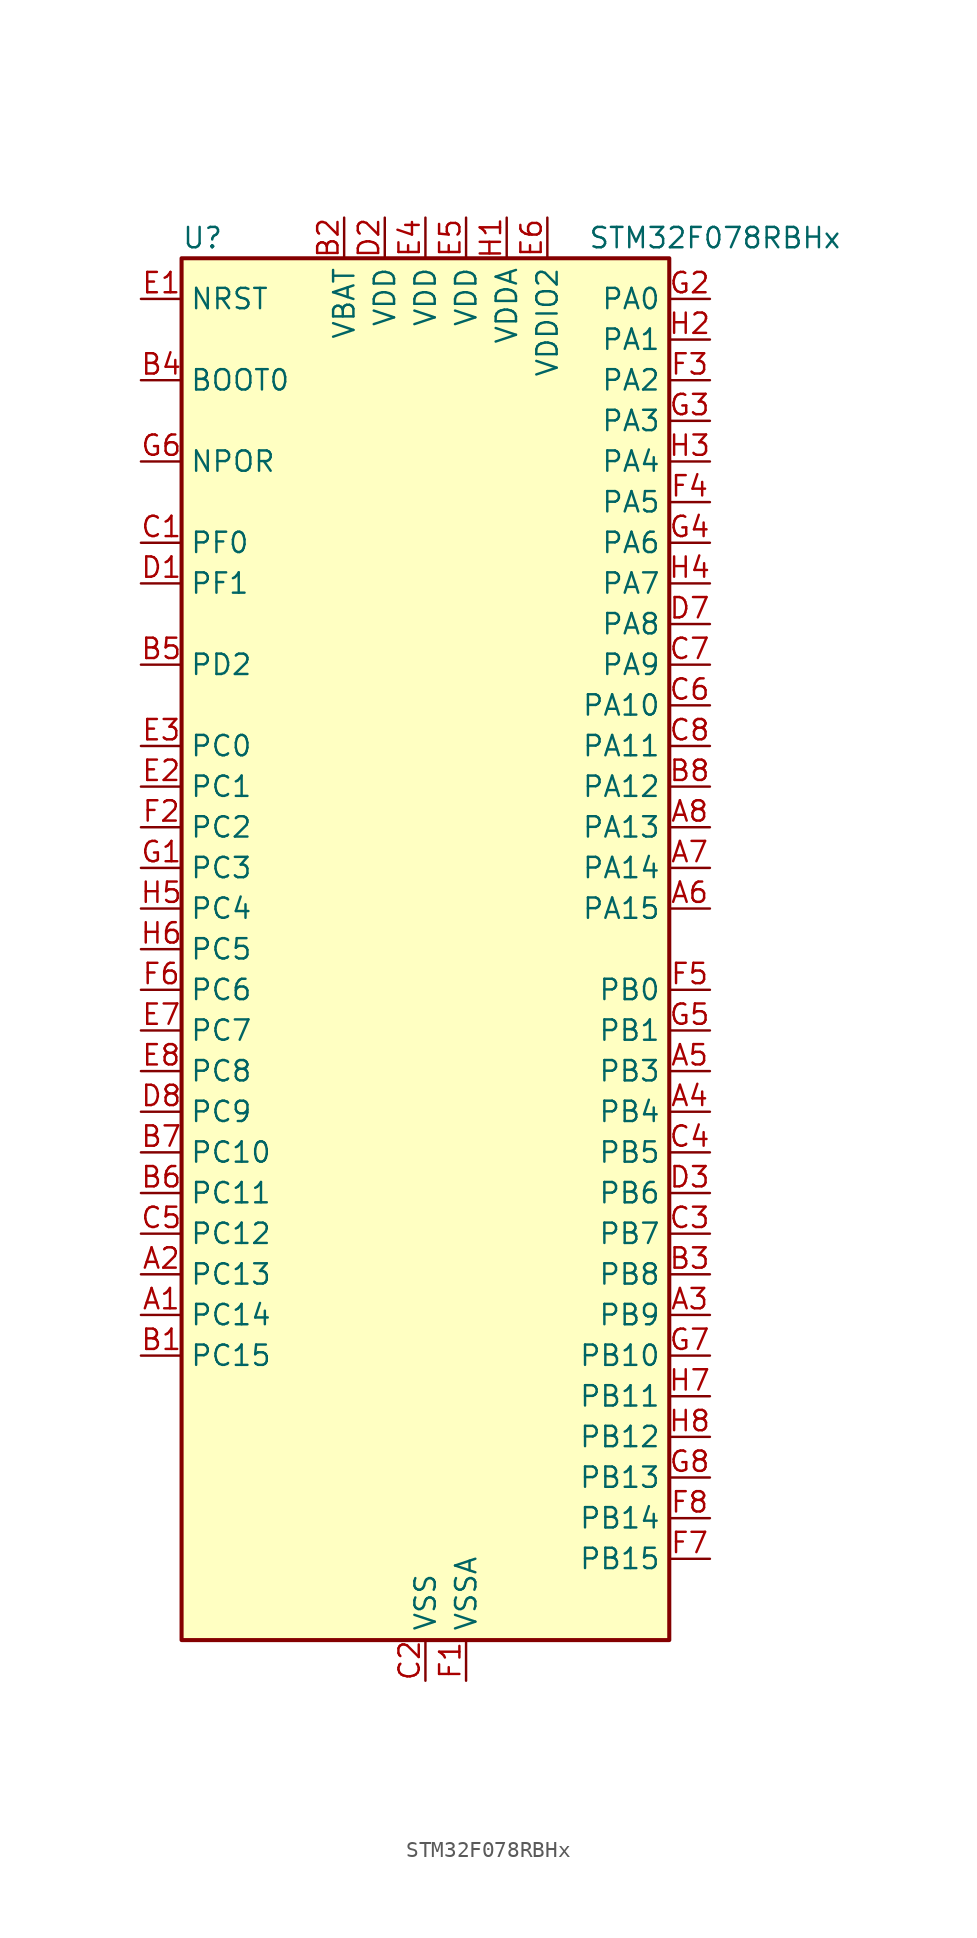
<source format=kicad_sym>
(kicad_symbol_lib
  (version 20220914)
  (generator kicad_symbol_editor)
  (symbol "STM32F078RBHx"
    (property "Reference" "U"
      (at -15.24 44.45 0)
      (effects (font (size 1.27 1.27)) (justify left)))
    (property "Value" "STM32F078RBHx"
      (at 10.16 44.45 0)
      (effects (font (size 1.27 1.27)) (justify left)))
    (property "ki_locked" ""
      (at 0 0 0)
      (effects (font (size 1.27 1.27))))
    (symbol "STM32F078RBHx_0_1"
      (rectangle (start -15.24 -43.18) (end 15.24 43.18) (stroke (width 0.254) (type default)) (fill (type background))))
    (symbol "STM32F078RBHx_1_1"
      (pin bidirectional line (at -17.78 -22.86 0) (length 2.54) (name "PC14" (effects (font (size 1.27 1.27)))) (number "A1" (effects (font (size 1.27 1.27)))) (alternate "RCC_OSC32_IN" bidirectional line))
      (pin bidirectional line (at -17.78 -20.32 0) (length 2.54) (name "PC13" (effects (font (size 1.27 1.27)))) (number "A2" (effects (font (size 1.27 1.27)))) (alternate "RTC_OUT_ALARM" bidirectional line) (alternate "RTC_OUT_CALIB" bidirectional line) (alternate "RTC_TAMP1" bidirectional line) (alternate "RTC_TS" bidirectional line) (alternate "SYS_WKUP2" bidirectional line))
      (pin bidirectional line (at 17.78 -22.86 180) (length 2.54) (name "PB9" (effects (font (size 1.27 1.27)))) (number "A3" (effects (font (size 1.27 1.27)))) (alternate "DAC_EXTI9" bidirectional line) (alternate "I2C1_SDA" bidirectional line) (alternate "I2S2_WS" bidirectional line) (alternate "IR_OUT" bidirectional line) (alternate "SPI2_NSS" bidirectional line) (alternate "TIM17_CH1" bidirectional line))
      (pin bidirectional line (at 17.78 -10.16 180) (length 2.54) (name "PB4" (effects (font (size 1.27 1.27)))) (number "A4" (effects (font (size 1.27 1.27)))) (alternate "I2S1_MCK" bidirectional line) (alternate "SPI1_MISO" bidirectional line) (alternate "TIM17_BKIN" bidirectional line) (alternate "TIM3_CH1" bidirectional line) (alternate "TSC_G5_IO2" bidirectional line))
      (pin bidirectional line (at 17.78 -7.62 180) (length 2.54) (name "PB3" (effects (font (size 1.27 1.27)))) (number "A5" (effects (font (size 1.27 1.27)))) (alternate "I2S1_CK" bidirectional line) (alternate "SPI1_SCK" bidirectional line) (alternate "TIM2_CH2" bidirectional line) (alternate "TSC_G5_IO1" bidirectional line))
      (pin bidirectional line (at 17.78 2.54 180) (length 2.54) (name "PA15" (effects (font (size 1.27 1.27)))) (number "A6" (effects (font (size 1.27 1.27)))) (alternate "I2S1_WS" bidirectional line) (alternate "SPI1_NSS" bidirectional line) (alternate "TIM2_CH1" bidirectional line) (alternate "TIM2_ETR" bidirectional line) (alternate "USART2_RX" bidirectional line) (alternate "USART4_DE" bidirectional line) (alternate "USART4_RTS" bidirectional line))
      (pin bidirectional line (at 17.78 5.08 180) (length 2.54) (name "PA14" (effects (font (size 1.27 1.27)))) (number "A7" (effects (font (size 1.27 1.27)))) (alternate "SYS_SWCLK" bidirectional line) (alternate "USART2_TX" bidirectional line))
      (pin bidirectional line (at 17.78 7.62 180) (length 2.54) (name "PA13" (effects (font (size 1.27 1.27)))) (number "A8" (effects (font (size 1.27 1.27)))) (alternate "IR_OUT" bidirectional line) (alternate "SYS_SWDIO" bidirectional line) (alternate "USB_NOE" bidirectional line))
      (pin bidirectional line (at -17.78 -25.4 0) (length 2.54) (name "PC15" (effects (font (size 1.27 1.27)))) (number "B1" (effects (font (size 1.27 1.27)))) (alternate "RCC_OSC32_OUT" bidirectional line))
      (pin power_in line (at -5.08 45.72 270) (length 2.54) (name "VBAT" (effects (font (size 1.27 1.27)))) (number "B2" (effects (font (size 1.27 1.27)))))
      (pin bidirectional line (at 17.78 -20.32 180) (length 2.54) (name "PB8" (effects (font (size 1.27 1.27)))) (number "B3" (effects (font (size 1.27 1.27)))) (alternate "CEC" bidirectional line) (alternate "I2C1_SCL" bidirectional line) (alternate "TIM16_CH1" bidirectional line) (alternate "TSC_SYNC" bidirectional line))
      (pin input line (at -17.78 35.56 0) (length 2.54) (name "BOOT0" (effects (font (size 1.27 1.27)))) (number "B4" (effects (font (size 1.27 1.27)))))
      (pin bidirectional line (at -17.78 17.78 0) (length 2.54) (name "PD2" (effects (font (size 1.27 1.27)))) (number "B5" (effects (font (size 1.27 1.27)))) (alternate "TIM3_ETR" bidirectional line) (alternate "USART3_DE" bidirectional line) (alternate "USART3_RTS" bidirectional line))
      (pin bidirectional line (at -17.78 -15.24 0) (length 2.54) (name "PC11" (effects (font (size 1.27 1.27)))) (number "B6" (effects (font (size 1.27 1.27)))) (alternate "USART3_RX" bidirectional line) (alternate "USART4_RX" bidirectional line))
      (pin bidirectional line (at -17.78 -12.7 0) (length 2.54) (name "PC10" (effects (font (size 1.27 1.27)))) (number "B7" (effects (font (size 1.27 1.27)))) (alternate "USART3_TX" bidirectional line) (alternate "USART4_TX" bidirectional line))
      (pin bidirectional line (at 17.78 10.16 180) (length 2.54) (name "PA12" (effects (font (size 1.27 1.27)))) (number "B8" (effects (font (size 1.27 1.27)))) (alternate "COMP2_OUT" bidirectional line) (alternate "TIM1_ETR" bidirectional line) (alternate "TSC_G4_IO4" bidirectional line) (alternate "USART1_DE" bidirectional line) (alternate "USART1_RTS" bidirectional line) (alternate "USB_DP" bidirectional line))
      (pin bidirectional line (at -17.78 25.4 0) (length 2.54) (name "PF0" (effects (font (size 1.27 1.27)))) (number "C1" (effects (font (size 1.27 1.27)))) (alternate "CRS_SYNC" bidirectional line) (alternate "RCC_OSC_IN" bidirectional line))
      (pin power_in line (at 0 -45.72 90) (length 2.54) (name "VSS" (effects (font (size 1.27 1.27)))) (number "C2" (effects (font (size 1.27 1.27)))))
      (pin bidirectional line (at 17.78 -17.78 180) (length 2.54) (name "PB7" (effects (font (size 1.27 1.27)))) (number "C3" (effects (font (size 1.27 1.27)))) (alternate "I2C1_SDA" bidirectional line) (alternate "TIM17_CH1N" bidirectional line) (alternate "TSC_G5_IO4" bidirectional line) (alternate "USART1_RX" bidirectional line) (alternate "USART4_CTS" bidirectional line))
      (pin bidirectional line (at 17.78 -12.7 180) (length 2.54) (name "PB5" (effects (font (size 1.27 1.27)))) (number "C4" (effects (font (size 1.27 1.27)))) (alternate "I2C1_SMBA" bidirectional line) (alternate "I2S1_SD" bidirectional line) (alternate "SPI1_MOSI" bidirectional line) (alternate "SYS_WKUP6" bidirectional line) (alternate "TIM16_BKIN" bidirectional line) (alternate "TIM3_CH2" bidirectional line))
      (pin bidirectional line (at -17.78 -17.78 0) (length 2.54) (name "PC12" (effects (font (size 1.27 1.27)))) (number "C5" (effects (font (size 1.27 1.27)))) (alternate "USART3_CK" bidirectional line) (alternate "USART4_CK" bidirectional line))
      (pin bidirectional line (at 17.78 15.24 180) (length 2.54) (name "PA10" (effects (font (size 1.27 1.27)))) (number "C6" (effects (font (size 1.27 1.27)))) (alternate "TIM17_BKIN" bidirectional line) (alternate "TIM1_CH3" bidirectional line) (alternate "TSC_G4_IO2" bidirectional line) (alternate "USART1_RX" bidirectional line))
      (pin bidirectional line (at 17.78 17.78 180) (length 2.54) (name "PA9" (effects (font (size 1.27 1.27)))) (number "C7" (effects (font (size 1.27 1.27)))) (alternate "DAC_EXTI9" bidirectional line) (alternate "TIM15_BKIN" bidirectional line) (alternate "TIM1_CH2" bidirectional line) (alternate "TSC_G4_IO1" bidirectional line) (alternate "USART1_TX" bidirectional line))
      (pin bidirectional line (at 17.78 12.7 180) (length 2.54) (name "PA11" (effects (font (size 1.27 1.27)))) (number "C8" (effects (font (size 1.27 1.27)))) (alternate "COMP1_OUT" bidirectional line) (alternate "TIM1_CH4" bidirectional line) (alternate "TSC_G4_IO3" bidirectional line) (alternate "USART1_CTS" bidirectional line) (alternate "USB_DM" bidirectional line))
      (pin bidirectional line (at -17.78 22.86 0) (length 2.54) (name "PF1" (effects (font (size 1.27 1.27)))) (number "D1" (effects (font (size 1.27 1.27)))) (alternate "RCC_OSC_OUT" bidirectional line))
      (pin power_in line (at -2.54 45.72 270) (length 2.54) (name "VDD" (effects (font (size 1.27 1.27)))) (number "D2" (effects (font (size 1.27 1.27)))))
      (pin bidirectional line (at 17.78 -15.24 180) (length 2.54) (name "PB6" (effects (font (size 1.27 1.27)))) (number "D3" (effects (font (size 1.27 1.27)))) (alternate "I2C1_SCL" bidirectional line) (alternate "TIM16_CH1N" bidirectional line) (alternate "TSC_G5_IO3" bidirectional line) (alternate "USART1_TX" bidirectional line))
      (pin passive line (at 0 -45.72 90) (length 2.54) hide (name "VSS" (effects (font (size 1.27 1.27)))) (number "D4" (effects (font (size 1.27 1.27)))))
      (pin passive line (at 0 -45.72 90) (length 2.54) hide (name "VSS" (effects (font (size 1.27 1.27)))) (number "D5" (effects (font (size 1.27 1.27)))))
      (pin passive line (at 0 -45.72 90) (length 2.54) hide (name "VSS" (effects (font (size 1.27 1.27)))) (number "D6" (effects (font (size 1.27 1.27)))))
      (pin bidirectional line (at 17.78 20.32 180) (length 2.54) (name "PA8" (effects (font (size 1.27 1.27)))) (number "D7" (effects (font (size 1.27 1.27)))) (alternate "CRS_SYNC" bidirectional line) (alternate "RCC_MCO" bidirectional line) (alternate "TIM1_CH1" bidirectional line) (alternate "USART1_CK" bidirectional line))
      (pin bidirectional line (at -17.78 -10.16 0) (length 2.54) (name "PC9" (effects (font (size 1.27 1.27)))) (number "D8" (effects (font (size 1.27 1.27)))) (alternate "DAC_EXTI9" bidirectional line) (alternate "TIM3_CH4" bidirectional line))
      (pin input line (at -17.78 40.64 0) (length 2.54) (name "NRST" (effects (font (size 1.27 1.27)))) (number "E1" (effects (font (size 1.27 1.27)))))
      (pin bidirectional line (at -17.78 10.16 0) (length 2.54) (name "PC1" (effects (font (size 1.27 1.27)))) (number "E2" (effects (font (size 1.27 1.27)))) (alternate "ADC_IN11" bidirectional line))
      (pin bidirectional line (at -17.78 12.7 0) (length 2.54) (name "PC0" (effects (font (size 1.27 1.27)))) (number "E3" (effects (font (size 1.27 1.27)))) (alternate "ADC_IN10" bidirectional line))
      (pin power_in line (at 0 45.72 270) (length 2.54) (name "VDD" (effects (font (size 1.27 1.27)))) (number "E4" (effects (font (size 1.27 1.27)))))
      (pin power_in line (at 2.54 45.72 270) (length 2.54) (name "VDD" (effects (font (size 1.27 1.27)))) (number "E5" (effects (font (size 1.27 1.27)))))
      (pin power_in line (at 7.62 45.72 270) (length 2.54) (name "VDDIO2" (effects (font (size 1.27 1.27)))) (number "E6" (effects (font (size 1.27 1.27)))))
      (pin bidirectional line (at -17.78 -5.08 0) (length 2.54) (name "PC7" (effects (font (size 1.27 1.27)))) (number "E7" (effects (font (size 1.27 1.27)))) (alternate "TIM3_CH2" bidirectional line))
      (pin bidirectional line (at -17.78 -7.62 0) (length 2.54) (name "PC8" (effects (font (size 1.27 1.27)))) (number "E8" (effects (font (size 1.27 1.27)))) (alternate "TIM3_CH3" bidirectional line))
      (pin power_in line (at 2.54 -45.72 90) (length 2.54) (name "VSSA" (effects (font (size 1.27 1.27)))) (number "F1" (effects (font (size 1.27 1.27)))))
      (pin bidirectional line (at -17.78 7.62 0) (length 2.54) (name "PC2" (effects (font (size 1.27 1.27)))) (number "F2" (effects (font (size 1.27 1.27)))) (alternate "ADC_IN12" bidirectional line) (alternate "I2S2_MCK" bidirectional line) (alternate "SPI2_MISO" bidirectional line))
      (pin bidirectional line (at 17.78 35.56 180) (length 2.54) (name "PA2" (effects (font (size 1.27 1.27)))) (number "F3" (effects (font (size 1.27 1.27)))) (alternate "ADC_IN2" bidirectional line) (alternate "COMP2_INM" bidirectional line) (alternate "COMP2_OUT" bidirectional line) (alternate "SYS_WKUP4" bidirectional line) (alternate "TIM15_CH1" bidirectional line) (alternate "TIM2_CH3" bidirectional line) (alternate "TSC_G1_IO3" bidirectional line) (alternate "USART2_TX" bidirectional line))
      (pin bidirectional line (at 17.78 27.94 180) (length 2.54) (name "PA5" (effects (font (size 1.27 1.27)))) (number "F4" (effects (font (size 1.27 1.27)))) (alternate "ADC_IN5" bidirectional line) (alternate "CEC" bidirectional line) (alternate "COMP1_INM" bidirectional line) (alternate "COMP2_INM" bidirectional line) (alternate "DAC_OUT2" bidirectional line) (alternate "I2S1_CK" bidirectional line) (alternate "SPI1_SCK" bidirectional line) (alternate "TIM2_CH1" bidirectional line) (alternate "TIM2_ETR" bidirectional line) (alternate "TSC_G2_IO2" bidirectional line))
      (pin bidirectional line (at 17.78 -2.54 180) (length 2.54) (name "PB0" (effects (font (size 1.27 1.27)))) (number "F5" (effects (font (size 1.27 1.27)))) (alternate "ADC_IN8" bidirectional line) (alternate "TIM1_CH2N" bidirectional line) (alternate "TIM3_CH3" bidirectional line) (alternate "TSC_G3_IO2" bidirectional line) (alternate "USART3_CK" bidirectional line))
      (pin bidirectional line (at -17.78 -2.54 0) (length 2.54) (name "PC6" (effects (font (size 1.27 1.27)))) (number "F6" (effects (font (size 1.27 1.27)))) (alternate "TIM3_CH1" bidirectional line))
      (pin bidirectional line (at 17.78 -38.1 180) (length 2.54) (name "PB15" (effects (font (size 1.27 1.27)))) (number "F7" (effects (font (size 1.27 1.27)))) (alternate "I2S2_SD" bidirectional line) (alternate "RTC_REFIN" bidirectional line) (alternate "SPI2_MOSI" bidirectional line) (alternate "SYS_WKUP7" bidirectional line) (alternate "TIM15_CH1N" bidirectional line) (alternate "TIM15_CH2" bidirectional line) (alternate "TIM1_CH3N" bidirectional line))
      (pin bidirectional line (at 17.78 -35.56 180) (length 2.54) (name "PB14" (effects (font (size 1.27 1.27)))) (number "F8" (effects (font (size 1.27 1.27)))) (alternate "I2C2_SDA" bidirectional line) (alternate "I2S2_MCK" bidirectional line) (alternate "SPI2_MISO" bidirectional line) (alternate "TIM15_CH1" bidirectional line) (alternate "TIM1_CH2N" bidirectional line) (alternate "TSC_G6_IO4" bidirectional line) (alternate "USART3_DE" bidirectional line) (alternate "USART3_RTS" bidirectional line))
      (pin bidirectional line (at -17.78 5.08 0) (length 2.54) (name "PC3" (effects (font (size 1.27 1.27)))) (number "G1" (effects (font (size 1.27 1.27)))) (alternate "ADC_IN13" bidirectional line) (alternate "I2S2_SD" bidirectional line) (alternate "SPI2_MOSI" bidirectional line))
      (pin bidirectional line (at 17.78 40.64 180) (length 2.54) (name "PA0" (effects (font (size 1.27 1.27)))) (number "G2" (effects (font (size 1.27 1.27)))) (alternate "ADC_IN0" bidirectional line) (alternate "COMP1_INM" bidirectional line) (alternate "COMP1_OUT" bidirectional line) (alternate "RTC_TAMP2" bidirectional line) (alternate "SYS_WKUP1" bidirectional line) (alternate "TIM2_CH1" bidirectional line) (alternate "TIM2_ETR" bidirectional line) (alternate "TSC_G1_IO1" bidirectional line) (alternate "USART2_CTS" bidirectional line) (alternate "USART4_TX" bidirectional line))
      (pin bidirectional line (at 17.78 33.02 180) (length 2.54) (name "PA3" (effects (font (size 1.27 1.27)))) (number "G3" (effects (font (size 1.27 1.27)))) (alternate "ADC_IN3" bidirectional line) (alternate "COMP2_INP" bidirectional line) (alternate "TIM15_CH2" bidirectional line) (alternate "TIM2_CH4" bidirectional line) (alternate "TSC_G1_IO4" bidirectional line) (alternate "USART2_RX" bidirectional line))
      (pin bidirectional line (at 17.78 25.4 180) (length 2.54) (name "PA6" (effects (font (size 1.27 1.27)))) (number "G4" (effects (font (size 1.27 1.27)))) (alternate "ADC_IN6" bidirectional line) (alternate "COMP1_OUT" bidirectional line) (alternate "I2S1_MCK" bidirectional line) (alternate "SPI1_MISO" bidirectional line) (alternate "TIM16_CH1" bidirectional line) (alternate "TIM1_BKIN" bidirectional line) (alternate "TIM3_CH1" bidirectional line) (alternate "TSC_G2_IO3" bidirectional line) (alternate "USART3_CTS" bidirectional line))
      (pin bidirectional line (at 17.78 -5.08 180) (length 2.54) (name "PB1" (effects (font (size 1.27 1.27)))) (number "G5" (effects (font (size 1.27 1.27)))) (alternate "ADC_IN9" bidirectional line) (alternate "TIM14_CH1" bidirectional line) (alternate "TIM1_CH3N" bidirectional line) (alternate "TIM3_CH4" bidirectional line) (alternate "TSC_G3_IO3" bidirectional line) (alternate "USART3_DE" bidirectional line) (alternate "USART3_RTS" bidirectional line))
      (pin input line (at -17.78 30.48 0) (length 2.54) (name "NPOR" (effects (font (size 1.27 1.27)))) (number "G6" (effects (font (size 1.27 1.27)))))
      (pin bidirectional line (at 17.78 -25.4 180) (length 2.54) (name "PB10" (effects (font (size 1.27 1.27)))) (number "G7" (effects (font (size 1.27 1.27)))) (alternate "CEC" bidirectional line) (alternate "I2C2_SCL" bidirectional line) (alternate "I2S2_CK" bidirectional line) (alternate "SPI2_SCK" bidirectional line) (alternate "TIM2_CH3" bidirectional line) (alternate "TSC_SYNC" bidirectional line) (alternate "USART3_TX" bidirectional line))
      (pin bidirectional line (at 17.78 -33.02 180) (length 2.54) (name "PB13" (effects (font (size 1.27 1.27)))) (number "G8" (effects (font (size 1.27 1.27)))) (alternate "I2C2_SCL" bidirectional line) (alternate "I2S2_CK" bidirectional line) (alternate "SPI2_SCK" bidirectional line) (alternate "TIM1_CH1N" bidirectional line) (alternate "TSC_G6_IO3" bidirectional line) (alternate "USART3_CTS" bidirectional line))
      (pin power_in line (at 5.08 45.72 270) (length 2.54) (name "VDDA" (effects (font (size 1.27 1.27)))) (number "H1" (effects (font (size 1.27 1.27)))))
      (pin bidirectional line (at 17.78 38.1 180) (length 2.54) (name "PA1" (effects (font (size 1.27 1.27)))) (number "H2" (effects (font (size 1.27 1.27)))) (alternate "ADC_IN1" bidirectional line) (alternate "COMP1_INP" bidirectional line) (alternate "TIM15_CH1N" bidirectional line) (alternate "TIM2_CH2" bidirectional line) (alternate "TSC_G1_IO2" bidirectional line) (alternate "USART2_DE" bidirectional line) (alternate "USART2_RTS" bidirectional line) (alternate "USART4_RX" bidirectional line))
      (pin bidirectional line (at 17.78 30.48 180) (length 2.54) (name "PA4" (effects (font (size 1.27 1.27)))) (number "H3" (effects (font (size 1.27 1.27)))) (alternate "ADC_IN4" bidirectional line) (alternate "COMP1_INM" bidirectional line) (alternate "COMP2_INM" bidirectional line) (alternate "DAC_OUT1" bidirectional line) (alternate "I2S1_WS" bidirectional line) (alternate "SPI1_NSS" bidirectional line) (alternate "TIM14_CH1" bidirectional line) (alternate "TSC_G2_IO1" bidirectional line) (alternate "USART2_CK" bidirectional line))
      (pin bidirectional line (at 17.78 22.86 180) (length 2.54) (name "PA7" (effects (font (size 1.27 1.27)))) (number "H4" (effects (font (size 1.27 1.27)))) (alternate "ADC_IN7" bidirectional line) (alternate "COMP2_OUT" bidirectional line) (alternate "I2S1_SD" bidirectional line) (alternate "SPI1_MOSI" bidirectional line) (alternate "TIM14_CH1" bidirectional line) (alternate "TIM17_CH1" bidirectional line) (alternate "TIM1_CH1N" bidirectional line) (alternate "TIM3_CH2" bidirectional line) (alternate "TSC_G2_IO4" bidirectional line))
      (pin bidirectional line (at -17.78 2.54 0) (length 2.54) (name "PC4" (effects (font (size 1.27 1.27)))) (number "H5" (effects (font (size 1.27 1.27)))) (alternate "ADC_IN14" bidirectional line) (alternate "USART3_TX" bidirectional line))
      (pin bidirectional line (at -17.78 0 0) (length 2.54) (name "PC5" (effects (font (size 1.27 1.27)))) (number "H6" (effects (font (size 1.27 1.27)))) (alternate "ADC_IN15" bidirectional line) (alternate "SYS_WKUP5" bidirectional line) (alternate "TSC_G3_IO1" bidirectional line) (alternate "USART3_RX" bidirectional line))
      (pin bidirectional line (at 17.78 -27.94 180) (length 2.54) (name "PB11" (effects (font (size 1.27 1.27)))) (number "H7" (effects (font (size 1.27 1.27)))) (alternate "I2C2_SDA" bidirectional line) (alternate "TIM2_CH4" bidirectional line) (alternate "TSC_G6_IO1" bidirectional line) (alternate "USART3_RX" bidirectional line))
      (pin bidirectional line (at 17.78 -30.48 180) (length 2.54) (name "PB12" (effects (font (size 1.27 1.27)))) (number "H8" (effects (font (size 1.27 1.27)))) (alternate "I2S2_WS" bidirectional line) (alternate "SPI2_NSS" bidirectional line) (alternate "TIM15_BKIN" bidirectional line) (alternate "TIM1_BKIN" bidirectional line) (alternate "TSC_G6_IO2" bidirectional line) (alternate "USART3_CK" bidirectional line)))))
</source>
